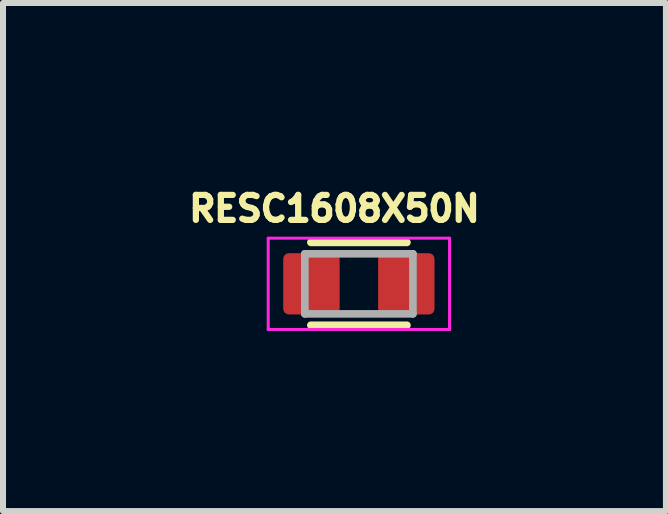
<source format=kicad_pcb>
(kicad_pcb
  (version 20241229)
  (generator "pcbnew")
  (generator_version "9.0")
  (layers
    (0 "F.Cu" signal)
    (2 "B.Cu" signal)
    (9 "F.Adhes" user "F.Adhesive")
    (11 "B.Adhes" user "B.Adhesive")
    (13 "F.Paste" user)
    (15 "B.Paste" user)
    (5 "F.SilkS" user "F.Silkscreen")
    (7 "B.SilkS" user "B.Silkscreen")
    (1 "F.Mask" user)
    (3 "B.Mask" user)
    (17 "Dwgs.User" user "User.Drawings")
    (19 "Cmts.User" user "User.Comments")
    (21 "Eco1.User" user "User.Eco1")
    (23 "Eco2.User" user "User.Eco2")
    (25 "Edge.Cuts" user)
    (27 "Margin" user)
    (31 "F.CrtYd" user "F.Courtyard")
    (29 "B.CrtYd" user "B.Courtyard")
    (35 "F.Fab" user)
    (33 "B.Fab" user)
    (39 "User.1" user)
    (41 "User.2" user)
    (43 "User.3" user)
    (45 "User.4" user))
  (footprint "RESC1608X50N"
    (layer "F.Cu")
    (at 2.927 1.677)
    (property "Reference" "RESC1608X50N" (at -0.407 -1.252 0) (layer "F.SilkS") (effects (font (size 0.416 0.416) (thickness 0.15))))
    (attr smd)
    (fp_line (start -0.8 -0.69) (end 0.8 -0.69) (stroke (width 0.127) (type solid)) (layer "F.SilkS"))
    (fp_line (start -0.8 0.69) (end 0.8 0.69) (stroke (width 0.127) (type solid)) (layer "F.SilkS"))
    (fp_line (start -1.51 -0.76) (end 1.51 -0.76) (stroke (width 0.05) (type solid)) (layer "F.CrtYd"))
    (fp_line (start -1.51 0.76) (end -1.51 -0.76) (stroke (width 0.05) (type solid)) (layer "F.CrtYd"))
    (fp_line (start 1.51 -0.76) (end 1.51 0.76) (stroke (width 0.05) (type solid)) (layer "F.CrtYd"))
    (fp_line (start 1.51 0.76) (end -1.51 0.76) (stroke (width 0.05) (type solid)) (layer "F.CrtYd"))
    (fp_line (start -0.9 -0.5) (end -0.9 0.5) (stroke (width 0.127) (type solid)) (layer "F.Fab"))
    (fp_line (start -0.9 -0.5) (end 0.9 -0.5) (stroke (width 0.127) (type solid)) (layer "F.Fab"))
    (fp_line (start -0.9 0.5) (end 0.9 0.5) (stroke (width 0.127) (type solid)) (layer "F.Fab"))
    (fp_line (start 0.9 -0.5) (end 0.9 0.5) (stroke (width 0.127) (type solid)) (layer "F.Fab"))
    (pad "1" smd roundrect (at -0.79 0) (size 0.94 1.02) (layers "F.Cu" "F.Mask" "F.Paste") (roundrect_rratio 0.1))
    (pad "2" smd roundrect (at 0.79 0) (size 0.94 1.02) (layers "F.Cu" "F.Mask" "F.Paste") (roundrect_rratio 0.1)))
  (gr_rect
    (start -3 -3)
    (end 8.041 5.462)
    (stroke (width 0.1) (type default))
    (fill no)
    (layer "Edge.Cuts")))
</source>
